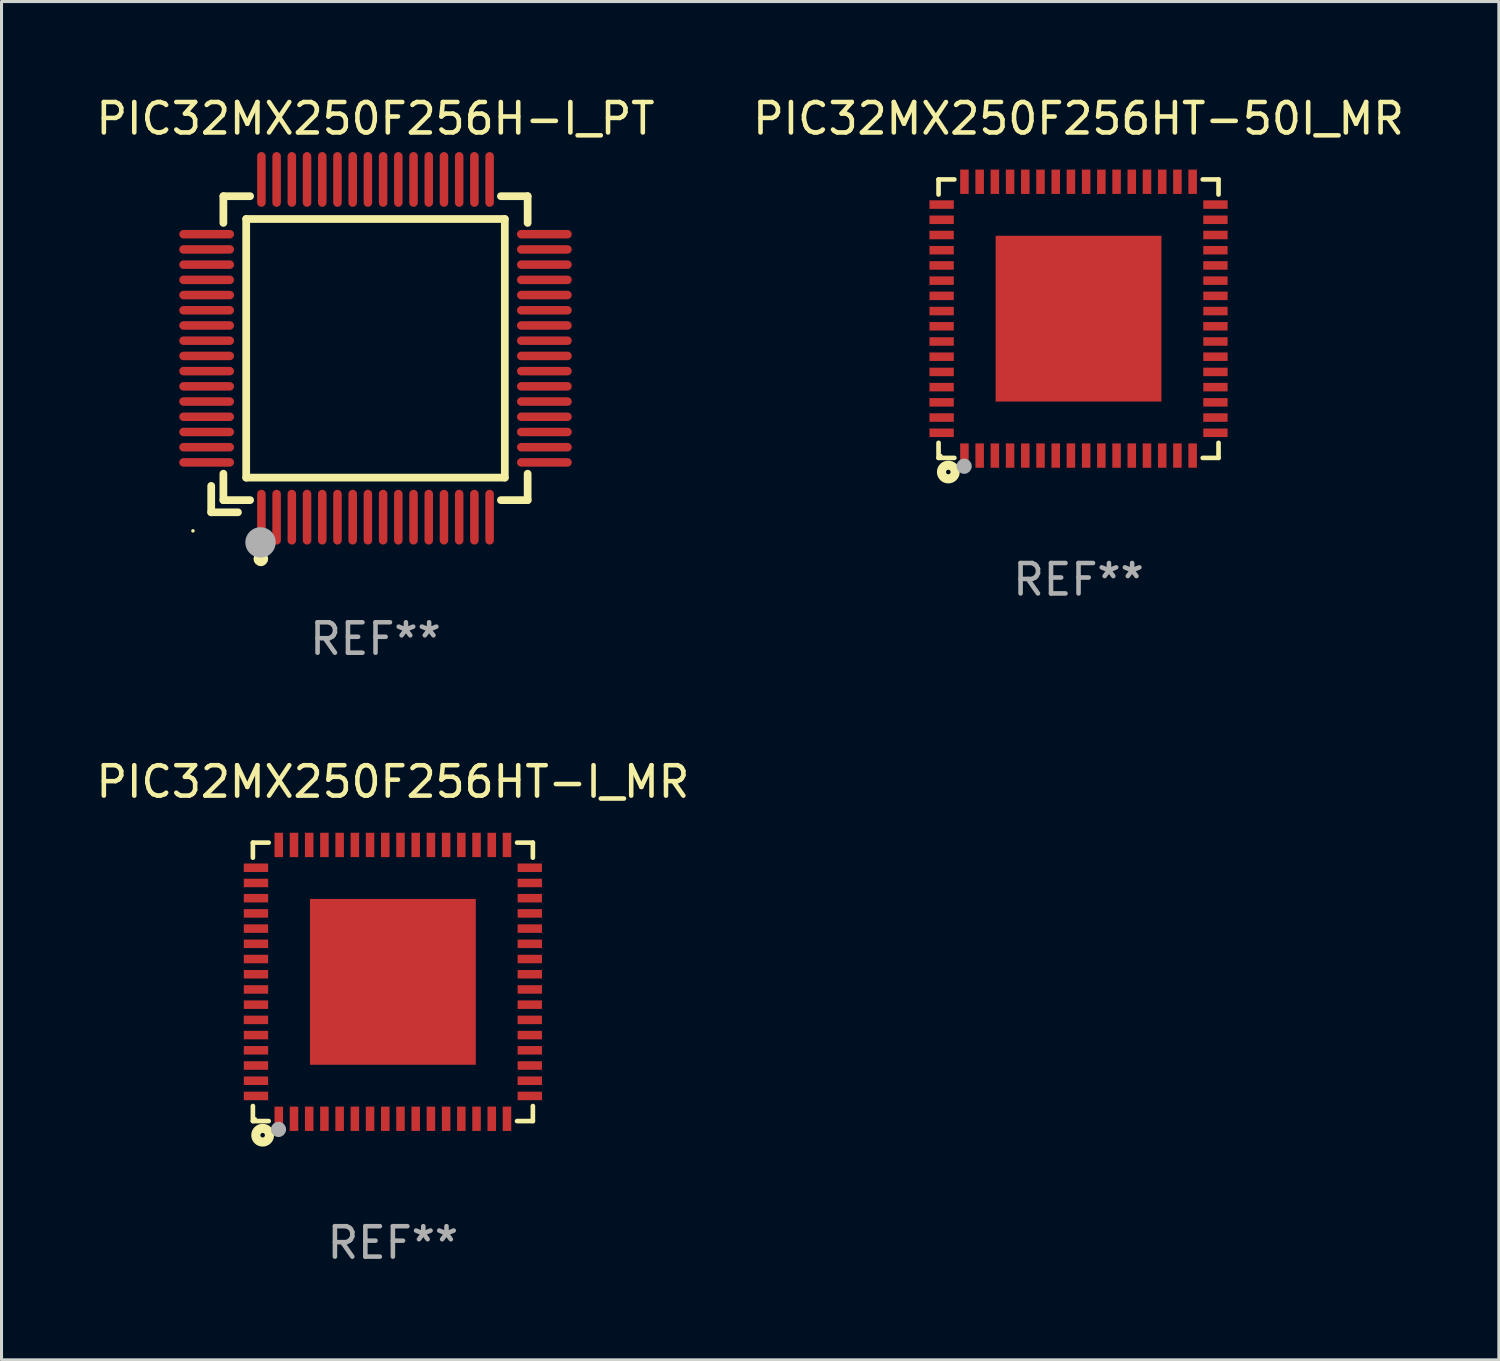
<source format=kicad_pcb>
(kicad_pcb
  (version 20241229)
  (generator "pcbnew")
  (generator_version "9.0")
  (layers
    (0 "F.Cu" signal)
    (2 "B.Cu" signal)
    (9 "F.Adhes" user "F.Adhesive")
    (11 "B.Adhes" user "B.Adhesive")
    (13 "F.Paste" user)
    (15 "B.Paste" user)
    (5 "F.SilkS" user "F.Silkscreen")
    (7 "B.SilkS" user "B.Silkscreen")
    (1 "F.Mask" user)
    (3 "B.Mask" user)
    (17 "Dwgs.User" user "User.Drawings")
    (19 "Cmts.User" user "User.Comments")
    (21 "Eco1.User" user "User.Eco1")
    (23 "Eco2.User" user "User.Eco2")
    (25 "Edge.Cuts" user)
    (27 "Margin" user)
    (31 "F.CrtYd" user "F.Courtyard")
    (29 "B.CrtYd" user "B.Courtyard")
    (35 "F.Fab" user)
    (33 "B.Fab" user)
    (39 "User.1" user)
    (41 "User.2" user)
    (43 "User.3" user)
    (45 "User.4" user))
  (footprint "PIC32MX250F256HT-50I_MR"
    (layer "F.Cu")
    (at 32.399 7.424)
    (property "Reference" "PIC32MX250F256HT-50I_MR" (at 0 -6.576 0) (layer "F.SilkS") (effects (font (size 1 1) (thickness 0.15))))
    (attr through_hole)
    (fp_line (start -4.601 -4.576) (end -4.081 -4.576) (stroke (width 0.152) (type solid)) (layer "F.SilkS"))
    (fp_line (start -4.601 -4.081) (end -4.601 -4.576) (stroke (width 0.152) (type solid)) (layer "F.SilkS"))
    (fp_line (start -4.601 4.081) (end -4.601 4.576) (stroke (width 0.152) (type solid)) (layer "F.SilkS"))
    (fp_line (start -4.601 4.576) (end -4.081 4.576) (stroke (width 0.152) (type solid)) (layer "F.SilkS"))
    (fp_line (start 4.601 -4.576) (end 4.081 -4.576) (stroke (width 0.152) (type solid)) (layer "F.SilkS"))
    (fp_line (start 4.601 -4.081) (end 4.601 -4.576) (stroke (width 0.152) (type solid)) (layer "F.SilkS"))
    (fp_line (start 4.601 4.081) (end 4.601 4.576) (stroke (width 0.152) (type solid)) (layer "F.SilkS"))
    (fp_line (start 4.601 4.576) (end 4.081 4.576) (stroke (width 0.152) (type solid)) (layer "F.SilkS"))
    (fp_circle (center -4.525 4.5) (end -4.495 4.5) (stroke (width 0.06) (type solid)) (fill no) (layer "F.SilkS"))
    (fp_circle (center -4.28 5.04) (end -4.205 5.04) (stroke (width 0.3) (type solid)) (fill no) (layer "F.SilkS"))
    (fp_circle (center -3.76 4.85) (end -3.635 4.85) (stroke (width 0.25) (type solid)) (fill no) (layer "F.Fab"))
    (fp_text user "REF**" (at 0 8.576 0) (layer "F.Fab") (effects (font (size 1 1) (thickness 0.15))))
    (pad "1" smd rect (at -3.75 4.5) (size 0.28 0.8) (layers "F.Cu" "F.Mask" "F.Paste"))
    (pad "2" smd rect (at -3.25 4.5) (size 0.28 0.8) (layers "F.Cu" "F.Mask" "F.Paste"))
    (pad "3" smd rect (at -2.75 4.5) (size 0.28 0.8) (layers "F.Cu" "F.Mask" "F.Paste"))
    (pad "4" smd rect (at -2.25 4.5) (size 0.28 0.8) (layers "F.Cu" "F.Mask" "F.Paste"))
    (pad "5" smd rect (at -1.75 4.5) (size 0.28 0.8) (layers "F.Cu" "F.Mask" "F.Paste"))
    (pad "6" smd rect (at -1.25 4.5) (size 0.28 0.8) (layers "F.Cu" "F.Mask" "F.Paste"))
    (pad "7" smd rect (at -0.75 4.5) (size 0.28 0.8) (layers "F.Cu" "F.Mask" "F.Paste"))
    (pad "8" smd rect (at -0.25 4.5) (size 0.28 0.8) (layers "F.Cu" "F.Mask" "F.Paste"))
    (pad "9" smd rect (at 0.25 4.5) (size 0.28 0.8) (layers "F.Cu" "F.Mask" "F.Paste"))
    (pad "10" smd rect (at 0.75 4.5) (size 0.28 0.8) (layers "F.Cu" "F.Mask" "F.Paste"))
    (pad "11" smd rect (at 1.25 4.5) (size 0.28 0.8) (layers "F.Cu" "F.Mask" "F.Paste"))
    (pad "12" smd rect (at 1.75 4.5) (size 0.28 0.8) (layers "F.Cu" "F.Mask" "F.Paste"))
    (pad "13" smd rect (at 2.25 4.5) (size 0.28 0.8) (layers "F.Cu" "F.Mask" "F.Paste"))
    (pad "14" smd rect (at 2.75 4.5) (size 0.28 0.8) (layers "F.Cu" "F.Mask" "F.Paste"))
    (pad "15" smd rect (at 3.25 4.5) (size 0.28 0.8) (layers "F.Cu" "F.Mask" "F.Paste"))
    (pad "16" smd rect (at 3.75 4.5) (size 0.28 0.8) (layers "F.Cu" "F.Mask" "F.Paste"))
    (pad "17" smd rect (at 4.5 3.75) (size 0.8 0.28) (layers "F.Cu" "F.Mask" "F.Paste"))
    (pad "18" smd rect (at 4.5 3.25) (size 0.8 0.28) (layers "F.Cu" "F.Mask" "F.Paste"))
    (pad "19" smd rect (at 4.5 2.75) (size 0.8 0.28) (layers "F.Cu" "F.Mask" "F.Paste"))
    (pad "20" smd rect (at 4.5 2.25) (size 0.8 0.28) (layers "F.Cu" "F.Mask" "F.Paste"))
    (pad "21" smd rect (at 4.5 1.75) (size 0.8 0.28) (layers "F.Cu" "F.Mask" "F.Paste"))
    (pad "22" smd rect (at 4.5 1.25) (size 0.8 0.28) (layers "F.Cu" "F.Mask" "F.Paste"))
    (pad "23" smd rect (at 4.5 0.75) (size 0.8 0.28) (layers "F.Cu" "F.Mask" "F.Paste"))
    (pad "24" smd rect (at 4.5 0.25) (size 0.8 0.28) (layers "F.Cu" "F.Mask" "F.Paste"))
    (pad "25" smd rect (at 4.5 -0.25) (size 0.8 0.28) (layers "F.Cu" "F.Mask" "F.Paste"))
    (pad "26" smd rect (at 4.5 -0.75) (size 0.8 0.28) (layers "F.Cu" "F.Mask" "F.Paste"))
    (pad "27" smd rect (at 4.5 -1.25) (size 0.8 0.28) (layers "F.Cu" "F.Mask" "F.Paste"))
    (pad "28" smd rect (at 4.5 -1.75) (size 0.8 0.28) (layers "F.Cu" "F.Mask" "F.Paste"))
    (pad "29" smd rect (at 4.5 -2.25) (size 0.8 0.28) (layers "F.Cu" "F.Mask" "F.Paste"))
    (pad "30" smd rect (at 4.5 -2.75) (size 0.8 0.28) (layers "F.Cu" "F.Mask" "F.Paste"))
    (pad "31" smd rect (at 4.5 -3.25) (size 0.8 0.28) (layers "F.Cu" "F.Mask" "F.Paste"))
    (pad "32" smd rect (at 4.5 -3.75) (size 0.8 0.28) (layers "F.Cu" "F.Mask" "F.Paste"))
    (pad "33" smd rect (at 3.75 -4.5) (size 0.28 0.8) (layers "F.Cu" "F.Mask" "F.Paste"))
    (pad "34" smd rect (at 3.25 -4.5) (size 0.28 0.8) (layers "F.Cu" "F.Mask" "F.Paste"))
    (pad "35" smd rect (at 2.75 -4.5) (size 0.28 0.8) (layers "F.Cu" "F.Mask" "F.Paste"))
    (pad "36" smd rect (at 2.25 -4.5) (size 0.28 0.8) (layers "F.Cu" "F.Mask" "F.Paste"))
    (pad "37" smd rect (at 1.75 -4.5) (size 0.28 0.8) (layers "F.Cu" "F.Mask" "F.Paste"))
    (pad "38" smd rect (at 1.25 -4.5) (size 0.28 0.8) (layers "F.Cu" "F.Mask" "F.Paste"))
    (pad "39" smd rect (at 0.75 -4.5) (size 0.28 0.8) (layers "F.Cu" "F.Mask" "F.Paste"))
    (pad "40" smd rect (at 0.25 -4.5) (size 0.28 0.8) (layers "F.Cu" "F.Mask" "F.Paste"))
    (pad "41" smd rect (at -0.25 -4.5) (size 0.28 0.8) (layers "F.Cu" "F.Mask" "F.Paste"))
    (pad "42" smd rect (at -0.75 -4.5) (size 0.28 0.8) (layers "F.Cu" "F.Mask" "F.Paste"))
    (pad "43" smd rect (at -1.25 -4.5) (size 0.28 0.8) (layers "F.Cu" "F.Mask" "F.Paste"))
    (pad "44" smd rect (at -1.75 -4.5) (size 0.28 0.8) (layers "F.Cu" "F.Mask" "F.Paste"))
    (pad "45" smd rect (at -2.25 -4.5) (size 0.28 0.8) (layers "F.Cu" "F.Mask" "F.Paste"))
    (pad "46" smd rect (at -2.75 -4.5) (size 0.28 0.8) (layers "F.Cu" "F.Mask" "F.Paste"))
    (pad "47" smd rect (at -3.25 -4.5) (size 0.28 0.8) (layers "F.Cu" "F.Mask" "F.Paste"))
    (pad "48" smd rect (at -3.75 -4.5) (size 0.28 0.8) (layers "F.Cu" "F.Mask" "F.Paste"))
    (pad "49" smd rect (at -4.5 -3.75) (size 0.8 0.28) (layers "F.Cu" "F.Mask" "F.Paste"))
    (pad "50" smd rect (at -4.5 -3.25) (size 0.8 0.28) (layers "F.Cu" "F.Mask" "F.Paste"))
    (pad "51" smd rect (at -4.5 -2.75) (size 0.8 0.28) (layers "F.Cu" "F.Mask" "F.Paste"))
    (pad "52" smd rect (at -4.5 -2.25) (size 0.8 0.28) (layers "F.Cu" "F.Mask" "F.Paste"))
    (pad "53" smd rect (at -4.5 -1.75) (size 0.8 0.28) (layers "F.Cu" "F.Mask" "F.Paste"))
    (pad "54" smd rect (at -4.5 -1.25) (size 0.8 0.28) (layers "F.Cu" "F.Mask" "F.Paste"))
    (pad "55" smd rect (at -4.5 -0.75) (size 0.8 0.28) (layers "F.Cu" "F.Mask" "F.Paste"))
    (pad "56" smd rect (at -4.5 -0.25) (size 0.8 0.28) (layers "F.Cu" "F.Mask" "F.Paste"))
    (pad "57" smd rect (at -4.5 0.25) (size 0.8 0.28) (layers "F.Cu" "F.Mask" "F.Paste"))
    (pad "58" smd rect (at -4.5 0.75) (size 0.8 0.28) (layers "F.Cu" "F.Mask" "F.Paste"))
    (pad "59" smd rect (at -4.5 1.25) (size 0.8 0.28) (layers "F.Cu" "F.Mask" "F.Paste"))
    (pad "60" smd rect (at -4.5 1.75) (size 0.8 0.28) (layers "F.Cu" "F.Mask" "F.Paste"))
    (pad "61" smd rect (at -4.5 2.25) (size 0.8 0.28) (layers "F.Cu" "F.Mask" "F.Paste"))
    (pad "62" smd rect (at -4.5 2.75) (size 0.8 0.28) (layers "F.Cu" "F.Mask" "F.Paste"))
    (pad "63" smd rect (at -4.5 3.25) (size 0.8 0.28) (layers "F.Cu" "F.Mask" "F.Paste"))
    (pad "64" smd rect (at -4.5 3.75) (size 0.8 0.28) (layers "F.Cu" "F.Mask" "F.Paste"))
    (pad "65" smd rect (at 0 0) (size 5.45 5.45) (layers "F.Cu" "F.Mask" "F.Paste")))
  (footprint "PIC32MX250F256HT-I_MR"
    (layer "F.Cu")
    (at 9.863 29.221)
    (property "Reference" "PIC32MX250F256HT-I_MR" (at 0 -6.576 0) (layer "F.SilkS") (effects (font (size 1 1) (thickness 0.15))))
    (attr through_hole)
    (fp_line (start -4.601 -4.576) (end -4.081 -4.576) (stroke (width 0.152) (type solid)) (layer "F.SilkS"))
    (fp_line (start -4.601 -4.081) (end -4.601 -4.576) (stroke (width 0.152) (type solid)) (layer "F.SilkS"))
    (fp_line (start -4.601 4.081) (end -4.601 4.576) (stroke (width 0.152) (type solid)) (layer "F.SilkS"))
    (fp_line (start -4.601 4.576) (end -4.081 4.576) (stroke (width 0.152) (type solid)) (layer "F.SilkS"))
    (fp_line (start 4.601 -4.576) (end 4.081 -4.576) (stroke (width 0.152) (type solid)) (layer "F.SilkS"))
    (fp_line (start 4.601 -4.081) (end 4.601 -4.576) (stroke (width 0.152) (type solid)) (layer "F.SilkS"))
    (fp_line (start 4.601 4.081) (end 4.601 4.576) (stroke (width 0.152) (type solid)) (layer "F.SilkS"))
    (fp_line (start 4.601 4.576) (end 4.081 4.576) (stroke (width 0.152) (type solid)) (layer "F.SilkS"))
    (fp_circle (center -4.525 4.5) (end -4.495 4.5) (stroke (width 0.06) (type solid)) (fill no) (layer "F.SilkS"))
    (fp_circle (center -4.28 5.04) (end -4.205 5.04) (stroke (width 0.3) (type solid)) (fill no) (layer "F.SilkS"))
    (fp_circle (center -3.76 4.85) (end -3.635 4.85) (stroke (width 0.25) (type solid)) (fill no) (layer "F.Fab"))
    (fp_text user "REF**" (at 0 8.576 0) (layer "F.Fab") (effects (font (size 1 1) (thickness 0.15))))
    (pad "1" smd rect (at -3.75 4.5) (size 0.28 0.8) (layers "F.Cu" "F.Mask" "F.Paste"))
    (pad "2" smd rect (at -3.25 4.5) (size 0.28 0.8) (layers "F.Cu" "F.Mask" "F.Paste"))
    (pad "3" smd rect (at -2.75 4.5) (size 0.28 0.8) (layers "F.Cu" "F.Mask" "F.Paste"))
    (pad "4" smd rect (at -2.25 4.5) (size 0.28 0.8) (layers "F.Cu" "F.Mask" "F.Paste"))
    (pad "5" smd rect (at -1.75 4.5) (size 0.28 0.8) (layers "F.Cu" "F.Mask" "F.Paste"))
    (pad "6" smd rect (at -1.25 4.5) (size 0.28 0.8) (layers "F.Cu" "F.Mask" "F.Paste"))
    (pad "7" smd rect (at -0.75 4.5) (size 0.28 0.8) (layers "F.Cu" "F.Mask" "F.Paste"))
    (pad "8" smd rect (at -0.25 4.5) (size 0.28 0.8) (layers "F.Cu" "F.Mask" "F.Paste"))
    (pad "9" smd rect (at 0.25 4.5) (size 0.28 0.8) (layers "F.Cu" "F.Mask" "F.Paste"))
    (pad "10" smd rect (at 0.75 4.5) (size 0.28 0.8) (layers "F.Cu" "F.Mask" "F.Paste"))
    (pad "11" smd rect (at 1.25 4.5) (size 0.28 0.8) (layers "F.Cu" "F.Mask" "F.Paste"))
    (pad "12" smd rect (at 1.75 4.5) (size 0.28 0.8) (layers "F.Cu" "F.Mask" "F.Paste"))
    (pad "13" smd rect (at 2.25 4.5) (size 0.28 0.8) (layers "F.Cu" "F.Mask" "F.Paste"))
    (pad "14" smd rect (at 2.75 4.5) (size 0.28 0.8) (layers "F.Cu" "F.Mask" "F.Paste"))
    (pad "15" smd rect (at 3.25 4.5) (size 0.28 0.8) (layers "F.Cu" "F.Mask" "F.Paste"))
    (pad "16" smd rect (at 3.75 4.5) (size 0.28 0.8) (layers "F.Cu" "F.Mask" "F.Paste"))
    (pad "17" smd rect (at 4.5 3.75) (size 0.8 0.28) (layers "F.Cu" "F.Mask" "F.Paste"))
    (pad "18" smd rect (at 4.5 3.25) (size 0.8 0.28) (layers "F.Cu" "F.Mask" "F.Paste"))
    (pad "19" smd rect (at 4.5 2.75) (size 0.8 0.28) (layers "F.Cu" "F.Mask" "F.Paste"))
    (pad "20" smd rect (at 4.5 2.25) (size 0.8 0.28) (layers "F.Cu" "F.Mask" "F.Paste"))
    (pad "21" smd rect (at 4.5 1.75) (size 0.8 0.28) (layers "F.Cu" "F.Mask" "F.Paste"))
    (pad "22" smd rect (at 4.5 1.25) (size 0.8 0.28) (layers "F.Cu" "F.Mask" "F.Paste"))
    (pad "23" smd rect (at 4.5 0.75) (size 0.8 0.28) (layers "F.Cu" "F.Mask" "F.Paste"))
    (pad "24" smd rect (at 4.5 0.25) (size 0.8 0.28) (layers "F.Cu" "F.Mask" "F.Paste"))
    (pad "25" smd rect (at 4.5 -0.25) (size 0.8 0.28) (layers "F.Cu" "F.Mask" "F.Paste"))
    (pad "26" smd rect (at 4.5 -0.75) (size 0.8 0.28) (layers "F.Cu" "F.Mask" "F.Paste"))
    (pad "27" smd rect (at 4.5 -1.25) (size 0.8 0.28) (layers "F.Cu" "F.Mask" "F.Paste"))
    (pad "28" smd rect (at 4.5 -1.75) (size 0.8 0.28) (layers "F.Cu" "F.Mask" "F.Paste"))
    (pad "29" smd rect (at 4.5 -2.25) (size 0.8 0.28) (layers "F.Cu" "F.Mask" "F.Paste"))
    (pad "30" smd rect (at 4.5 -2.75) (size 0.8 0.28) (layers "F.Cu" "F.Mask" "F.Paste"))
    (pad "31" smd rect (at 4.5 -3.25) (size 0.8 0.28) (layers "F.Cu" "F.Mask" "F.Paste"))
    (pad "32" smd rect (at 4.5 -3.75) (size 0.8 0.28) (layers "F.Cu" "F.Mask" "F.Paste"))
    (pad "33" smd rect (at 3.75 -4.5) (size 0.28 0.8) (layers "F.Cu" "F.Mask" "F.Paste"))
    (pad "34" smd rect (at 3.25 -4.5) (size 0.28 0.8) (layers "F.Cu" "F.Mask" "F.Paste"))
    (pad "35" smd rect (at 2.75 -4.5) (size 0.28 0.8) (layers "F.Cu" "F.Mask" "F.Paste"))
    (pad "36" smd rect (at 2.25 -4.5) (size 0.28 0.8) (layers "F.Cu" "F.Mask" "F.Paste"))
    (pad "37" smd rect (at 1.75 -4.5) (size 0.28 0.8) (layers "F.Cu" "F.Mask" "F.Paste"))
    (pad "38" smd rect (at 1.25 -4.5) (size 0.28 0.8) (layers "F.Cu" "F.Mask" "F.Paste"))
    (pad "39" smd rect (at 0.75 -4.5) (size 0.28 0.8) (layers "F.Cu" "F.Mask" "F.Paste"))
    (pad "40" smd rect (at 0.25 -4.5) (size 0.28 0.8) (layers "F.Cu" "F.Mask" "F.Paste"))
    (pad "41" smd rect (at -0.25 -4.5) (size 0.28 0.8) (layers "F.Cu" "F.Mask" "F.Paste"))
    (pad "42" smd rect (at -0.75 -4.5) (size 0.28 0.8) (layers "F.Cu" "F.Mask" "F.Paste"))
    (pad "43" smd rect (at -1.25 -4.5) (size 0.28 0.8) (layers "F.Cu" "F.Mask" "F.Paste"))
    (pad "44" smd rect (at -1.75 -4.5) (size 0.28 0.8) (layers "F.Cu" "F.Mask" "F.Paste"))
    (pad "45" smd rect (at -2.25 -4.5) (size 0.28 0.8) (layers "F.Cu" "F.Mask" "F.Paste"))
    (pad "46" smd rect (at -2.75 -4.5) (size 0.28 0.8) (layers "F.Cu" "F.Mask" "F.Paste"))
    (pad "47" smd rect (at -3.25 -4.5) (size 0.28 0.8) (layers "F.Cu" "F.Mask" "F.Paste"))
    (pad "48" smd rect (at -3.75 -4.5) (size 0.28 0.8) (layers "F.Cu" "F.Mask" "F.Paste"))
    (pad "49" smd rect (at -4.5 -3.75) (size 0.8 0.28) (layers "F.Cu" "F.Mask" "F.Paste"))
    (pad "50" smd rect (at -4.5 -3.25) (size 0.8 0.28) (layers "F.Cu" "F.Mask" "F.Paste"))
    (pad "51" smd rect (at -4.5 -2.75) (size 0.8 0.28) (layers "F.Cu" "F.Mask" "F.Paste"))
    (pad "52" smd rect (at -4.5 -2.25) (size 0.8 0.28) (layers "F.Cu" "F.Mask" "F.Paste"))
    (pad "53" smd rect (at -4.5 -1.75) (size 0.8 0.28) (layers "F.Cu" "F.Mask" "F.Paste"))
    (pad "54" smd rect (at -4.5 -1.25) (size 0.8 0.28) (layers "F.Cu" "F.Mask" "F.Paste"))
    (pad "55" smd rect (at -4.5 -0.75) (size 0.8 0.28) (layers "F.Cu" "F.Mask" "F.Paste"))
    (pad "56" smd rect (at -4.5 -0.25) (size 0.8 0.28) (layers "F.Cu" "F.Mask" "F.Paste"))
    (pad "57" smd rect (at -4.5 0.25) (size 0.8 0.28) (layers "F.Cu" "F.Mask" "F.Paste"))
    (pad "58" smd rect (at -4.5 0.75) (size 0.8 0.28) (layers "F.Cu" "F.Mask" "F.Paste"))
    (pad "59" smd rect (at -4.5 1.25) (size 0.8 0.28) (layers "F.Cu" "F.Mask" "F.Paste"))
    (pad "60" smd rect (at -4.5 1.75) (size 0.8 0.28) (layers "F.Cu" "F.Mask" "F.Paste"))
    (pad "61" smd rect (at -4.5 2.25) (size 0.8 0.28) (layers "F.Cu" "F.Mask" "F.Paste"))
    (pad "62" smd rect (at -4.5 2.75) (size 0.8 0.28) (layers "F.Cu" "F.Mask" "F.Paste"))
    (pad "63" smd rect (at -4.5 3.25) (size 0.8 0.28) (layers "F.Cu" "F.Mask" "F.Paste"))
    (pad "64" smd rect (at -4.5 3.75) (size 0.8 0.28) (layers "F.Cu" "F.Mask" "F.Paste"))
    (pad "65" smd rect (at 0 0) (size 5.45 5.45) (layers "F.Cu" "F.Mask" "F.Paste")))
  (footprint "PIC32MX250F256H-I_PT"
    (layer "F.Cu")
    (at 9.292 8.398)
    (property "Reference" "PIC32MX250F256H-I_PT" (at 0 -7.55 0) (layer "F.SilkS") (effects (font (size 1 1) (thickness 0.15))))
    (attr through_hole)
    (fp_line (start -5.4 4.521) (end -5.4 5.39) (stroke (width 0.254) (type solid)) (layer "F.SilkS"))
    (fp_line (start -5.4 5.39) (end -4.521 5.39) (stroke (width 0.254) (type solid)) (layer "F.SilkS"))
    (fp_line (start -5 -5) (end -5 -4.121) (stroke (width 0.254) (type solid)) (layer "F.SilkS"))
    (fp_line (start -5 4.121) (end -5 4.99) (stroke (width 0.254) (type solid)) (layer "F.SilkS"))
    (fp_line (start -5 4.99) (end -4.121 4.99) (stroke (width 0.254) (type solid)) (layer "F.SilkS"))
    (fp_line (start -4.25 -4.25) (end -4.25 4.25) (stroke (width 0.254) (type solid)) (layer "F.SilkS"))
    (fp_line (start -4.25 4.25) (end 4.25 4.25) (stroke (width 0.254) (type solid)) (layer "F.SilkS"))
    (fp_line (start -4.121 -5) (end -5 -5) (stroke (width 0.254) (type solid)) (layer "F.SilkS"))
    (fp_line (start 4.121 4.99) (end 5 4.99) (stroke (width 0.254) (type solid)) (layer "F.SilkS"))
    (fp_line (start 4.25 -4.25) (end -4.25 -4.25) (stroke (width 0.254) (type solid)) (layer "F.SilkS"))
    (fp_line (start 4.25 4.25) (end 4.25 -4.25) (stroke (width 0.254) (type solid)) (layer "F.SilkS"))
    (fp_line (start 5 -5) (end 4.121 -5) (stroke (width 0.254) (type solid)) (layer "F.SilkS"))
    (fp_line (start 5 -4.121) (end 5 -5) (stroke (width 0.254) (type solid)) (layer "F.SilkS"))
    (fp_line (start 5 4.99) (end 5 4.121) (stroke (width 0.254) (type solid)) (layer "F.SilkS"))
    (fp_circle (center -6 6) (end -5.97 6) (stroke (width 0.06) (type solid)) (fill no) (layer "F.SilkS"))
    (fp_circle (center -3.77 6.92) (end -3.65 6.92) (stroke (width 0.24) (type solid)) (fill no) (layer "F.SilkS"))
    (fp_circle (center -3.78 6.38) (end -3.53 6.38) (stroke (width 0.5) (type solid)) (fill no) (layer "F.Fab"))
    (fp_text user "REF**" (at 0 9.55 0) (layer "F.Fab") (effects (font (size 1 1) (thickness 0.15))))
    (pad "1" smd oval (at -3.75 5.55) (size 0.28 1.8) (layers "F.Cu" "F.Mask" "F.Paste"))
    (pad "2" smd oval (at -3.25 5.55) (size 0.28 1.8) (layers "F.Cu" "F.Mask" "F.Paste"))
    (pad "3" smd oval (at -2.75 5.55) (size 0.28 1.8) (layers "F.Cu" "F.Mask" "F.Paste"))
    (pad "4" smd oval (at -2.25 5.55) (size 0.28 1.8) (layers "F.Cu" "F.Mask" "F.Paste"))
    (pad "5" smd oval (at -1.75 5.55) (size 0.28 1.8) (layers "F.Cu" "F.Mask" "F.Paste"))
    (pad "6" smd oval (at -1.25 5.55) (size 0.28 1.8) (layers "F.Cu" "F.Mask" "F.Paste"))
    (pad "7" smd oval (at -0.75 5.55) (size 0.28 1.8) (layers "F.Cu" "F.Mask" "F.Paste"))
    (pad "8" smd oval (at -0.25 5.55) (size 0.28 1.8) (layers "F.Cu" "F.Mask" "F.Paste"))
    (pad "9" smd oval (at 0.25 5.55) (size 0.28 1.8) (layers "F.Cu" "F.Mask" "F.Paste"))
    (pad "10" smd oval (at 0.75 5.55) (size 0.28 1.8) (layers "F.Cu" "F.Mask" "F.Paste"))
    (pad "11" smd oval (at 1.25 5.55) (size 0.28 1.8) (layers "F.Cu" "F.Mask" "F.Paste"))
    (pad "12" smd oval (at 1.75 5.55) (size 0.28 1.8) (layers "F.Cu" "F.Mask" "F.Paste"))
    (pad "13" smd oval (at 2.25 5.55) (size 0.28 1.8) (layers "F.Cu" "F.Mask" "F.Paste"))
    (pad "14" smd oval (at 2.75 5.55) (size 0.28 1.8) (layers "F.Cu" "F.Mask" "F.Paste"))
    (pad "15" smd oval (at 3.25 5.55) (size 0.28 1.8) (layers "F.Cu" "F.Mask" "F.Paste"))
    (pad "16" smd oval (at 3.75 5.55) (size 0.28 1.8) (layers "F.Cu" "F.Mask" "F.Paste"))
    (pad "17" smd oval (at 5.55 3.75) (size 1.8 0.28) (layers "F.Cu" "F.Mask" "F.Paste"))
    (pad "18" smd oval (at 5.55 3.25) (size 1.8 0.28) (layers "F.Cu" "F.Mask" "F.Paste"))
    (pad "19" smd oval (at 5.55 2.75) (size 1.8 0.28) (layers "F.Cu" "F.Mask" "F.Paste"))
    (pad "20" smd oval (at 5.55 2.25) (size 1.8 0.28) (layers "F.Cu" "F.Mask" "F.Paste"))
    (pad "21" smd oval (at 5.55 1.75) (size 1.8 0.28) (layers "F.Cu" "F.Mask" "F.Paste"))
    (pad "22" smd oval (at 5.55 1.25) (size 1.8 0.28) (layers "F.Cu" "F.Mask" "F.Paste"))
    (pad "23" smd oval (at 5.55 0.75) (size 1.8 0.28) (layers "F.Cu" "F.Mask" "F.Paste"))
    (pad "24" smd oval (at 5.55 0.25) (size 1.8 0.28) (layers "F.Cu" "F.Mask" "F.Paste"))
    (pad "25" smd oval (at 5.55 -0.25) (size 1.8 0.28) (layers "F.Cu" "F.Mask" "F.Paste"))
    (pad "26" smd oval (at 5.55 -0.75) (size 1.8 0.28) (layers "F.Cu" "F.Mask" "F.Paste"))
    (pad "27" smd oval (at 5.55 -1.25) (size 1.8 0.28) (layers "F.Cu" "F.Mask" "F.Paste"))
    (pad "28" smd oval (at 5.55 -1.75) (size 1.8 0.28) (layers "F.Cu" "F.Mask" "F.Paste"))
    (pad "29" smd oval (at 5.55 -2.25) (size 1.8 0.28) (layers "F.Cu" "F.Mask" "F.Paste"))
    (pad "30" smd oval (at 5.55 -2.75) (size 1.8 0.28) (layers "F.Cu" "F.Mask" "F.Paste"))
    (pad "31" smd oval (at 5.55 -3.25) (size 1.8 0.28) (layers "F.Cu" "F.Mask" "F.Paste"))
    (pad "32" smd oval (at 5.55 -3.75) (size 1.8 0.28) (layers "F.Cu" "F.Mask" "F.Paste"))
    (pad "33" smd oval (at 3.75 -5.55) (size 0.28 1.8) (layers "F.Cu" "F.Mask" "F.Paste"))
    (pad "34" smd oval (at 3.25 -5.55) (size 0.28 1.8) (layers "F.Cu" "F.Mask" "F.Paste"))
    (pad "35" smd oval (at 2.75 -5.55) (size 0.28 1.8) (layers "F.Cu" "F.Mask" "F.Paste"))
    (pad "36" smd oval (at 2.25 -5.55) (size 0.28 1.8) (layers "F.Cu" "F.Mask" "F.Paste"))
    (pad "37" smd oval (at 1.75 -5.55) (size 0.28 1.8) (layers "F.Cu" "F.Mask" "F.Paste"))
    (pad "38" smd oval (at 1.25 -5.55) (size 0.28 1.8) (layers "F.Cu" "F.Mask" "F.Paste"))
    (pad "39" smd oval (at 0.75 -5.55) (size 0.28 1.8) (layers "F.Cu" "F.Mask" "F.Paste"))
    (pad "40" smd oval (at 0.25 -5.55) (size 0.28 1.8) (layers "F.Cu" "F.Mask" "F.Paste"))
    (pad "41" smd oval (at -0.25 -5.55) (size 0.28 1.8) (layers "F.Cu" "F.Mask" "F.Paste"))
    (pad "42" smd oval (at -0.75 -5.55) (size 0.28 1.8) (layers "F.Cu" "F.Mask" "F.Paste"))
    (pad "43" smd oval (at -1.25 -5.55) (size 0.28 1.8) (layers "F.Cu" "F.Mask" "F.Paste"))
    (pad "44" smd oval (at -1.75 -5.55) (size 0.28 1.8) (layers "F.Cu" "F.Mask" "F.Paste"))
    (pad "45" smd oval (at -2.25 -5.55) (size 0.28 1.8) (layers "F.Cu" "F.Mask" "F.Paste"))
    (pad "46" smd oval (at -2.75 -5.55) (size 0.28 1.8) (layers "F.Cu" "F.Mask" "F.Paste"))
    (pad "47" smd oval (at -3.25 -5.55) (size 0.28 1.8) (layers "F.Cu" "F.Mask" "F.Paste"))
    (pad "48" smd oval (at -3.75 -5.55) (size 0.28 1.8) (layers "F.Cu" "F.Mask" "F.Paste"))
    (pad "49" smd oval (at -5.55 -3.75) (size 1.8 0.28) (layers "F.Cu" "F.Mask" "F.Paste"))
    (pad "50" smd oval (at -5.55 -3.25) (size 1.8 0.28) (layers "F.Cu" "F.Mask" "F.Paste"))
    (pad "51" smd oval (at -5.55 -2.75) (size 1.8 0.28) (layers "F.Cu" "F.Mask" "F.Paste"))
    (pad "52" smd oval (at -5.55 -2.25) (size 1.8 0.28) (layers "F.Cu" "F.Mask" "F.Paste"))
    (pad "53" smd oval (at -5.55 -1.75) (size 1.8 0.28) (layers "F.Cu" "F.Mask" "F.Paste"))
    (pad "54" smd oval (at -5.55 -1.25) (size 1.8 0.28) (layers "F.Cu" "F.Mask" "F.Paste"))
    (pad "55" smd oval (at -5.55 -0.75) (size 1.8 0.28) (layers "F.Cu" "F.Mask" "F.Paste"))
    (pad "56" smd oval (at -5.55 -0.25) (size 1.8 0.28) (layers "F.Cu" "F.Mask" "F.Paste"))
    (pad "57" smd oval (at -5.55 0.25) (size 1.8 0.28) (layers "F.Cu" "F.Mask" "F.Paste"))
    (pad "58" smd oval (at -5.55 0.75) (size 1.8 0.28) (layers "F.Cu" "F.Mask" "F.Paste"))
    (pad "59" smd oval (at -5.55 1.25) (size 1.8 0.28) (layers "F.Cu" "F.Mask" "F.Paste"))
    (pad "60" smd oval (at -5.55 1.75) (size 1.8 0.28) (layers "F.Cu" "F.Mask" "F.Paste"))
    (pad "61" smd oval (at -5.55 2.25) (size 1.8 0.28) (layers "F.Cu" "F.Mask" "F.Paste"))
    (pad "62" smd oval (at -5.55 2.75) (size 1.8 0.28) (layers "F.Cu" "F.Mask" "F.Paste"))
    (pad "63" smd oval (at -5.55 3.25) (size 1.8 0.28) (layers "F.Cu" "F.Mask" "F.Paste"))
    (pad "64" smd oval (at -5.55 3.75) (size 1.8 0.28) (layers "F.Cu" "F.Mask" "F.Paste")))
  (gr_rect
    (start -3 -3)
    (end 46.214 41.645)
    (stroke (width 0.1) (type default))
    (fill no)
    (layer "Edge.Cuts")))
</source>
